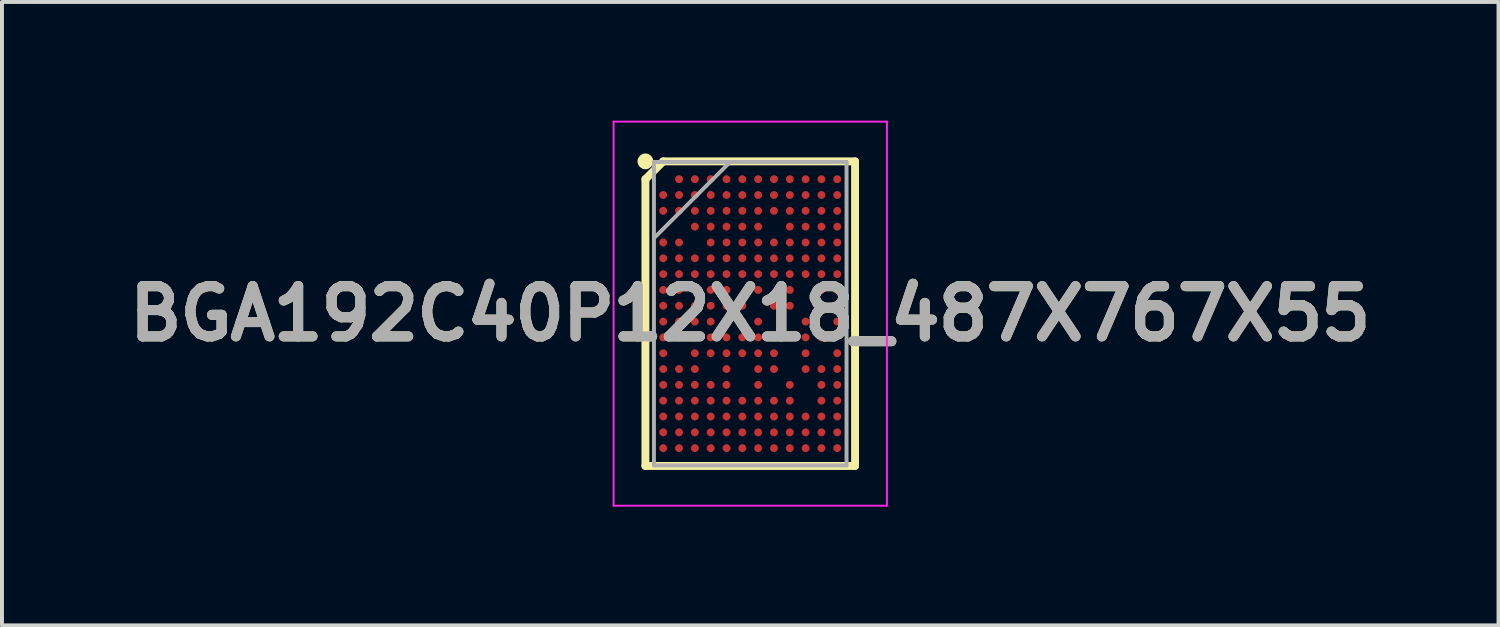
<source format=kicad_pcb>
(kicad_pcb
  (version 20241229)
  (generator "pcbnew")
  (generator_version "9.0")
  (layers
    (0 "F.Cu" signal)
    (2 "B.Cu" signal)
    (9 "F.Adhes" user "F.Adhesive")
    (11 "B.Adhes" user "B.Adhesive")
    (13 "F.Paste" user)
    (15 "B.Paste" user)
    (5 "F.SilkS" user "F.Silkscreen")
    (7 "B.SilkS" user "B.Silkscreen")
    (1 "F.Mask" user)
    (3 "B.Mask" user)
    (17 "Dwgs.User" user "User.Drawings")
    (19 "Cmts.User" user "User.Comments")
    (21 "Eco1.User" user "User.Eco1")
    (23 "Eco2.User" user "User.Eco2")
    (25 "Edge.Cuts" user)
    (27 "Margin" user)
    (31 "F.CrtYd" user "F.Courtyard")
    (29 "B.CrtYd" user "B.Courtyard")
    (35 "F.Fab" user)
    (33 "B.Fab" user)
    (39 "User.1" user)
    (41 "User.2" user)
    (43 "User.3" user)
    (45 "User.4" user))
  (footprint "BGA192C40P12X18_487X767X55"
    (layer "F.Cu")
    (at 15.917 4.88)
    (property "Reference" "BGA192C40P12X18_487X767X55" (at 0 0 0) (layer "F.SilkS") (effects (font (size 1.27 1.27) (thickness 0.254))))
    (attr smd)
    (fp_line (start -2.65 -3.4) (end -2.2 -3.85) (stroke (width 0.2) (type solid)) (layer "F.SilkS"))
    (fp_line (start -2.65 3.85) (end -2.65 -3.4) (stroke (width 0.2) (type solid)) (layer "F.SilkS"))
    (fp_line (start -2.2 -3.85) (end 2.65 -3.85) (stroke (width 0.2) (type solid)) (layer "F.SilkS"))
    (fp_line (start 2.65 -3.85) (end 2.65 3.85) (stroke (width 0.2) (type solid)) (layer "F.SilkS"))
    (fp_line (start 2.65 3.85) (end -2.65 3.85) (stroke (width 0.2) (type solid)) (layer "F.SilkS"))
    (fp_circle (center -2.65 -3.85) (end -2.65 -3.75) (stroke (width 0.2) (type solid)) (fill no) (layer "F.SilkS"))
    (fp_line (start -3.455 -4.855) (end 3.455 -4.855) (stroke (width 0.05) (type solid)) (layer "F.CrtYd"))
    (fp_line (start -3.455 4.855) (end -3.455 -4.855) (stroke (width 0.05) (type solid)) (layer "F.CrtYd"))
    (fp_line (start 3.455 -4.855) (end 3.455 4.855) (stroke (width 0.05) (type solid)) (layer "F.CrtYd"))
    (fp_line (start 3.455 4.855) (end -3.455 4.855) (stroke (width 0.05) (type solid)) (layer "F.CrtYd"))
    (fp_line (start -2.435 -3.835) (end 2.435 -3.835) (stroke (width 0.1) (type solid)) (layer "F.Fab"))
    (fp_line (start -2.435 -1.908) (end -0.507 -3.836) (stroke (width 0.1) (type solid)) (layer "F.Fab"))
    (fp_line (start -2.435 3.835) (end -2.435 -3.835) (stroke (width 0.1) (type solid)) (layer "F.Fab"))
    (fp_line (start 2.435 -3.835) (end 2.435 3.835) (stroke (width 0.1) (type solid)) (layer "F.Fab"))
    (fp_line (start 2.435 3.835) (end -2.435 3.835) (stroke (width 0.1) (type solid)) (layer "F.Fab"))
    (fp_text user "${REFERENCE}" (at 0 0 0) (layer "F.Fab") (effects (font (size 1.27 1.27) (thickness 0.254))))
    (pad "A2" smd circle (at -1.8 -3.4 90) (size 0.2 0.2) (layers "F.Cu" "F.Mask" "F.Paste"))
    (pad "A3" smd circle (at -1.4 -3.4 90) (size 0.2 0.2) (layers "F.Cu" "F.Mask" "F.Paste"))
    (pad "A4" smd circle (at -1 -3.4 90) (size 0.2 0.2) (layers "F.Cu" "F.Mask" "F.Paste"))
    (pad "A5" smd circle (at -0.6 -3.4 90) (size 0.2 0.2) (layers "F.Cu" "F.Mask" "F.Paste"))
    (pad "A6" smd circle (at -0.2 -3.4 90) (size 0.2 0.2) (layers "F.Cu" "F.Mask" "F.Paste"))
    (pad "A7" smd circle (at 0.2 -3.4 90) (size 0.2 0.2) (layers "F.Cu" "F.Mask" "F.Paste"))
    (pad "A8" smd circle (at 0.6 -3.4 90) (size 0.2 0.2) (layers "F.Cu" "F.Mask" "F.Paste"))
    (pad "A9" smd circle (at 1 -3.4 90) (size 0.2 0.2) (layers "F.Cu" "F.Mask" "F.Paste"))
    (pad "A10" smd circle (at 1.4 -3.4 90) (size 0.2 0.2) (layers "F.Cu" "F.Mask" "F.Paste"))
    (pad "A11" smd circle (at 1.8 -3.4 90) (size 0.2 0.2) (layers "F.Cu" "F.Mask" "F.Paste"))
    (pad "A12" smd circle (at 2.2 -3.4 90) (size 0.2 0.2) (layers "F.Cu" "F.Mask" "F.Paste"))
    (pad "B1" smd circle (at -2.2 -3 90) (size 0.2 0.2) (layers "F.Cu" "F.Mask" "F.Paste"))
    (pad "B2" smd circle (at -1.8 -3 90) (size 0.2 0.2) (layers "F.Cu" "F.Mask" "F.Paste"))
    (pad "B3" smd circle (at -1.4 -3 90) (size 0.2 0.2) (layers "F.Cu" "F.Mask" "F.Paste"))
    (pad "B4" smd circle (at -1 -3 90) (size 0.2 0.2) (layers "F.Cu" "F.Mask" "F.Paste"))
    (pad "B5" smd circle (at -0.6 -3 90) (size 0.2 0.2) (layers "F.Cu" "F.Mask" "F.Paste"))
    (pad "B6" smd circle (at -0.2 -3 90) (size 0.2 0.2) (layers "F.Cu" "F.Mask" "F.Paste"))
    (pad "B7" smd circle (at 0.2 -3 90) (size 0.2 0.2) (layers "F.Cu" "F.Mask" "F.Paste"))
    (pad "B8" smd circle (at 0.6 -3 90) (size 0.2 0.2) (layers "F.Cu" "F.Mask" "F.Paste"))
    (pad "B9" smd circle (at 1 -3 90) (size 0.2 0.2) (layers "F.Cu" "F.Mask" "F.Paste"))
    (pad "B10" smd circle (at 1.4 -3 90) (size 0.2 0.2) (layers "F.Cu" "F.Mask" "F.Paste"))
    (pad "B11" smd circle (at 1.8 -3 90) (size 0.2 0.2) (layers "F.Cu" "F.Mask" "F.Paste"))
    (pad "B12" smd circle (at 2.2 -3 90) (size 0.2 0.2) (layers "F.Cu" "F.Mask" "F.Paste"))
    (pad "C1" smd circle (at -2.2 -2.6 90) (size 0.2 0.2) (layers "F.Cu" "F.Mask" "F.Paste"))
    (pad "C2" smd circle (at -1.8 -2.6 90) (size 0.2 0.2) (layers "F.Cu" "F.Mask" "F.Paste"))
    (pad "C3" smd circle (at -1.4 -2.6 90) (size 0.2 0.2) (layers "F.Cu" "F.Mask" "F.Paste"))
    (pad "C4" smd circle (at -1 -2.6 90) (size 0.2 0.2) (layers "F.Cu" "F.Mask" "F.Paste"))
    (pad "C5" smd circle (at -0.6 -2.6 90) (size 0.2 0.2) (layers "F.Cu" "F.Mask" "F.Paste"))
    (pad "C6" smd circle (at -0.2 -2.6 90) (size 0.2 0.2) (layers "F.Cu" "F.Mask" "F.Paste"))
    (pad "C7" smd circle (at 0.2 -2.6 90) (size 0.2 0.2) (layers "F.Cu" "F.Mask" "F.Paste"))
    (pad "C8" smd circle (at 0.6 -2.6 90) (size 0.2 0.2) (layers "F.Cu" "F.Mask" "F.Paste"))
    (pad "C9" smd circle (at 1 -2.6 90) (size 0.2 0.2) (layers "F.Cu" "F.Mask" "F.Paste"))
    (pad "C10" smd circle (at 1.4 -2.6 90) (size 0.2 0.2) (layers "F.Cu" "F.Mask" "F.Paste"))
    (pad "C11" smd circle (at 1.8 -2.6 90) (size 0.2 0.2) (layers "F.Cu" "F.Mask" "F.Paste"))
    (pad "C12" smd circle (at 2.2 -2.6 90) (size 0.2 0.2) (layers "F.Cu" "F.Mask" "F.Paste"))
    (pad "D3" smd circle (at -1.4 -2.2 90) (size 0.2 0.2) (layers "F.Cu" "F.Mask" "F.Paste"))
    (pad "D4" smd circle (at -1 -2.2 90) (size 0.2 0.2) (layers "F.Cu" "F.Mask" "F.Paste"))
    (pad "D5" smd circle (at -0.6 -2.2 90) (size 0.2 0.2) (layers "F.Cu" "F.Mask" "F.Paste"))
    (pad "D6" smd circle (at -0.2 -2.2 90) (size 0.2 0.2) (layers "F.Cu" "F.Mask" "F.Paste"))
    (pad "D7" smd circle (at 0.2 -2.2 90) (size 0.2 0.2) (layers "F.Cu" "F.Mask" "F.Paste"))
    (pad "D9" smd circle (at 1 -2.2 90) (size 0.2 0.2) (layers "F.Cu" "F.Mask" "F.Paste"))
    (pad "D10" smd circle (at 1.4 -2.2 90) (size 0.2 0.2) (layers "F.Cu" "F.Mask" "F.Paste"))
    (pad "D11" smd circle (at 1.8 -2.2 90) (size 0.2 0.2) (layers "F.Cu" "F.Mask" "F.Paste"))
    (pad "D12" smd circle (at 2.2 -2.2 90) (size 0.2 0.2) (layers "F.Cu" "F.Mask" "F.Paste"))
    (pad "E1" smd circle (at -2.2 -1.8 90) (size 0.2 0.2) (layers "F.Cu" "F.Mask" "F.Paste"))
    (pad "E2" smd circle (at -1.8 -1.8 90) (size 0.2 0.2) (layers "F.Cu" "F.Mask" "F.Paste"))
    (pad "E4" smd circle (at -1 -1.8 90) (size 0.2 0.2) (layers "F.Cu" "F.Mask" "F.Paste"))
    (pad "E5" smd circle (at -0.6 -1.8 90) (size 0.2 0.2) (layers "F.Cu" "F.Mask" "F.Paste"))
    (pad "E6" smd circle (at -0.2 -1.8 90) (size 0.2 0.2) (layers "F.Cu" "F.Mask" "F.Paste"))
    (pad "E7" smd circle (at 0.2 -1.8 90) (size 0.2 0.2) (layers "F.Cu" "F.Mask" "F.Paste"))
    (pad "E8" smd circle (at 0.6 -1.8 90) (size 0.2 0.2) (layers "F.Cu" "F.Mask" "F.Paste"))
    (pad "E9" smd circle (at 1 -1.8 90) (size 0.2 0.2) (layers "F.Cu" "F.Mask" "F.Paste"))
    (pad "E10" smd circle (at 1.4 -1.8 90) (size 0.2 0.2) (layers "F.Cu" "F.Mask" "F.Paste"))
    (pad "E11" smd circle (at 1.8 -1.8 90) (size 0.2 0.2) (layers "F.Cu" "F.Mask" "F.Paste"))
    (pad "E12" smd circle (at 2.2 -1.8 90) (size 0.2 0.2) (layers "F.Cu" "F.Mask" "F.Paste"))
    (pad "F1" smd circle (at -2.2 -1.4 90) (size 0.2 0.2) (layers "F.Cu" "F.Mask" "F.Paste"))
    (pad "F2" smd circle (at -1.8 -1.4 90) (size 0.2 0.2) (layers "F.Cu" "F.Mask" "F.Paste"))
    (pad "F3" smd circle (at -1.4 -1.4 90) (size 0.2 0.2) (layers "F.Cu" "F.Mask" "F.Paste"))
    (pad "F4" smd circle (at -1 -1.4 90) (size 0.2 0.2) (layers "F.Cu" "F.Mask" "F.Paste"))
    (pad "F5" smd circle (at -0.6 -1.4 90) (size 0.2 0.2) (layers "F.Cu" "F.Mask" "F.Paste"))
    (pad "F6" smd circle (at -0.2 -1.4 90) (size 0.2 0.2) (layers "F.Cu" "F.Mask" "F.Paste"))
    (pad "F7" smd circle (at 0.2 -1.4 90) (size 0.2 0.2) (layers "F.Cu" "F.Mask" "F.Paste"))
    (pad "F8" smd circle (at 0.6 -1.4 90) (size 0.2 0.2) (layers "F.Cu" "F.Mask" "F.Paste"))
    (pad "F9" smd circle (at 1 -1.4 90) (size 0.2 0.2) (layers "F.Cu" "F.Mask" "F.Paste"))
    (pad "F10" smd circle (at 1.4 -1.4 90) (size 0.2 0.2) (layers "F.Cu" "F.Mask" "F.Paste"))
    (pad "F11" smd circle (at 1.8 -1.4 90) (size 0.2 0.2) (layers "F.Cu" "F.Mask" "F.Paste"))
    (pad "F12" smd circle (at 2.2 -1.4 90) (size 0.2 0.2) (layers "F.Cu" "F.Mask" "F.Paste"))
    (pad "G1" smd circle (at -2.2 -1 90) (size 0.2 0.2) (layers "F.Cu" "F.Mask" "F.Paste"))
    (pad "G2" smd circle (at -1.8 -1 90) (size 0.2 0.2) (layers "F.Cu" "F.Mask" "F.Paste"))
    (pad "G3" smd circle (at -1.4 -1 90) (size 0.2 0.2) (layers "F.Cu" "F.Mask" "F.Paste"))
    (pad "G4" smd circle (at -1 -1 90) (size 0.2 0.2) (layers "F.Cu" "F.Mask" "F.Paste"))
    (pad "G5" smd circle (at -0.6 -1 90) (size 0.2 0.2) (layers "F.Cu" "F.Mask" "F.Paste"))
    (pad "G6" smd circle (at -0.2 -1 90) (size 0.2 0.2) (layers "F.Cu" "F.Mask" "F.Paste"))
    (pad "G7" smd circle (at 0.2 -1 90) (size 0.2 0.2) (layers "F.Cu" "F.Mask" "F.Paste"))
    (pad "G8" smd circle (at 0.6 -1 90) (size 0.2 0.2) (layers "F.Cu" "F.Mask" "F.Paste"))
    (pad "G9" smd circle (at 1 -1 90) (size 0.2 0.2) (layers "F.Cu" "F.Mask" "F.Paste"))
    (pad "G10" smd circle (at 1.4 -1 90) (size 0.2 0.2) (layers "F.Cu" "F.Mask" "F.Paste"))
    (pad "G11" smd circle (at 1.8 -1 90) (size 0.2 0.2) (layers "F.Cu" "F.Mask" "F.Paste"))
    (pad "G12" smd circle (at 2.2 -1 90) (size 0.2 0.2) (layers "F.Cu" "F.Mask" "F.Paste"))
    (pad "H1" smd circle (at -2.2 -0.6 90) (size 0.2 0.2) (layers "F.Cu" "F.Mask" "F.Paste"))
    (pad "H2" smd circle (at -1.8 -0.6 90) (size 0.2 0.2) (layers "F.Cu" "F.Mask" "F.Paste"))
    (pad "H3" smd circle (at -1.4 -0.6 90) (size 0.2 0.2) (layers "F.Cu" "F.Mask" "F.Paste"))
    (pad "H4" smd circle (at -1 -0.6 90) (size 0.2 0.2) (layers "F.Cu" "F.Mask" "F.Paste"))
    (pad "H5" smd circle (at -0.6 -0.6 90) (size 0.2 0.2) (layers "F.Cu" "F.Mask" "F.Paste"))
    (pad "H7" smd circle (at 0.2 -0.6 90) (size 0.2 0.2) (layers "F.Cu" "F.Mask" "F.Paste"))
    (pad "H9" smd circle (at 1 -0.6 90) (size 0.2 0.2) (layers "F.Cu" "F.Mask" "F.Paste"))
    (pad "H11" smd circle (at 1.8 -0.6 90) (size 0.2 0.2) (layers "F.Cu" "F.Mask" "F.Paste"))
    (pad "H12" smd circle (at 2.2 -0.6 90) (size 0.2 0.2) (layers "F.Cu" "F.Mask" "F.Paste"))
    (pad "J1" smd circle (at -2.2 -0.2 90) (size 0.2 0.2) (layers "F.Cu" "F.Mask" "F.Paste"))
    (pad "J2" smd circle (at -1.8 -0.2 90) (size 0.2 0.2) (layers "F.Cu" "F.Mask" "F.Paste"))
    (pad "J3" smd circle (at -1.4 -0.2 90) (size 0.2 0.2) (layers "F.Cu" "F.Mask" "F.Paste"))
    (pad "J4" smd circle (at -1 -0.2 90) (size 0.2 0.2) (layers "F.Cu" "F.Mask" "F.Paste"))
    (pad "J5" smd circle (at -0.6 -0.2 90) (size 0.2 0.2) (layers "F.Cu" "F.Mask" "F.Paste"))
    (pad "J6" smd circle (at -0.2 -0.2 90) (size 0.2 0.2) (layers "F.Cu" "F.Mask" "F.Paste"))
    (pad "J8" smd circle (at 0.6 -0.2 90) (size 0.2 0.2) (layers "F.Cu" "F.Mask" "F.Paste"))
    (pad "J9" smd circle (at 1 -0.2 90) (size 0.2 0.2) (layers "F.Cu" "F.Mask" "F.Paste"))
    (pad "J11" smd circle (at 1.8 -0.2 90) (size 0.2 0.2) (layers "F.Cu" "F.Mask" "F.Paste"))
    (pad "J12" smd circle (at 2.2 -0.2 90) (size 0.2 0.2) (layers "F.Cu" "F.Mask" "F.Paste"))
    (pad "K1" smd circle (at -2.2 0.2 90) (size 0.2 0.2) (layers "F.Cu" "F.Mask" "F.Paste"))
    (pad "K2" smd circle (at -1.8 0.2 90) (size 0.2 0.2) (layers "F.Cu" "F.Mask" "F.Paste"))
    (pad "K3" smd circle (at -1.4 0.2 90) (size 0.2 0.2) (layers "F.Cu" "F.Mask" "F.Paste"))
    (pad "K4" smd circle (at -1 0.2 90) (size 0.2 0.2) (layers "F.Cu" "F.Mask" "F.Paste"))
    (pad "K5" smd circle (at -0.6 0.2 90) (size 0.2 0.2) (layers "F.Cu" "F.Mask" "F.Paste"))
    (pad "K6" smd circle (at -0.2 0.2 90) (size 0.2 0.2) (layers "F.Cu" "F.Mask" "F.Paste"))
    (pad "K7" smd circle (at 0.2 0.2 90) (size 0.2 0.2) (layers "F.Cu" "F.Mask" "F.Paste"))
    (pad "K10" smd circle (at 1.4 0.2 90) (size 0.2 0.2) (layers "F.Cu" "F.Mask" "F.Paste"))
    (pad "K12" smd circle (at 2.2 0.2 90) (size 0.2 0.2) (layers "F.Cu" "F.Mask" "F.Paste"))
    (pad "L1" smd circle (at -2.2 0.6 90) (size 0.2 0.2) (layers "F.Cu" "F.Mask" "F.Paste"))
    (pad "L2" smd circle (at -1.8 0.6 90) (size 0.2 0.2) (layers "F.Cu" "F.Mask" "F.Paste"))
    (pad "L3" smd circle (at -1.4 0.6 90) (size 0.2 0.2) (layers "F.Cu" "F.Mask" "F.Paste"))
    (pad "L4" smd circle (at -1 0.6 90) (size 0.2 0.2) (layers "F.Cu" "F.Mask" "F.Paste"))
    (pad "L5" smd circle (at -0.6 0.6 90) (size 0.2 0.2) (layers "F.Cu" "F.Mask" "F.Paste"))
    (pad "L6" smd circle (at -0.2 0.6 90) (size 0.2 0.2) (layers "F.Cu" "F.Mask" "F.Paste"))
    (pad "L7" smd circle (at 0.2 0.6 90) (size 0.2 0.2) (layers "F.Cu" "F.Mask" "F.Paste"))
    (pad "L8" smd circle (at 0.6 0.6 90) (size 0.2 0.2) (layers "F.Cu" "F.Mask" "F.Paste"))
    (pad "L9" smd circle (at 1 0.6 90) (size 0.2 0.2) (layers "F.Cu" "F.Mask" "F.Paste"))
    (pad "L10" smd circle (at 1.4 0.6 90) (size 0.2 0.2) (layers "F.Cu" "F.Mask" "F.Paste"))
    (pad "L11" smd circle (at 1.8 0.6 90) (size 0.2 0.2) (layers "F.Cu" "F.Mask" "F.Paste"))
    (pad "M1" smd circle (at -2.2 1 90) (size 0.2 0.2) (layers "F.Cu" "F.Mask" "F.Paste"))
    (pad "M3" smd circle (at -1.4 1 90) (size 0.2 0.2) (layers "F.Cu" "F.Mask" "F.Paste"))
    (pad "M4" smd circle (at -1 1 90) (size 0.2 0.2) (layers "F.Cu" "F.Mask" "F.Paste"))
    (pad "M5" smd circle (at -0.6 1 90) (size 0.2 0.2) (layers "F.Cu" "F.Mask" "F.Paste"))
    (pad "M6" smd circle (at -0.2 1 90) (size 0.2 0.2) (layers "F.Cu" "F.Mask" "F.Paste"))
    (pad "M7" smd circle (at 0.2 1 90) (size 0.2 0.2) (layers "F.Cu" "F.Mask" "F.Paste"))
    (pad "M8" smd circle (at 0.6 1 90) (size 0.2 0.2) (layers "F.Cu" "F.Mask" "F.Paste"))
    (pad "M10" smd circle (at 1.4 1 90) (size 0.2 0.2) (layers "F.Cu" "F.Mask" "F.Paste"))
    (pad "M12" smd circle (at 2.2 1 90) (size 0.2 0.2) (layers "F.Cu" "F.Mask" "F.Paste"))
    (pad "N1" smd circle (at -2.2 1.4 90) (size 0.2 0.2) (layers "F.Cu" "F.Mask" "F.Paste"))
    (pad "N2" smd circle (at -1.8 1.4 90) (size 0.2 0.2) (layers "F.Cu" "F.Mask" "F.Paste"))
    (pad "N3" smd circle (at -1.4 1.4 90) (size 0.2 0.2) (layers "F.Cu" "F.Mask" "F.Paste"))
    (pad "N5" smd circle (at -0.6 1.4 90) (size 0.2 0.2) (layers "F.Cu" "F.Mask" "F.Paste"))
    (pad "N7" smd circle (at 0.2 1.4 90) (size 0.2 0.2) (layers "F.Cu" "F.Mask" "F.Paste"))
    (pad "N8" smd circle (at 0.6 1.4 90) (size 0.2 0.2) (layers "F.Cu" "F.Mask" "F.Paste"))
    (pad "N10" smd circle (at 1.4 1.4 90) (size 0.2 0.2) (layers "F.Cu" "F.Mask" "F.Paste"))
    (pad "N11" smd circle (at 1.8 1.4 90) (size 0.2 0.2) (layers "F.Cu" "F.Mask" "F.Paste"))
    (pad "N12" smd circle (at 2.2 1.4 90) (size 0.2 0.2) (layers "F.Cu" "F.Mask" "F.Paste"))
    (pad "P1" smd circle (at -2.2 1.8 90) (size 0.2 0.2) (layers "F.Cu" "F.Mask" "F.Paste"))
    (pad "P2" smd circle (at -1.8 1.8 90) (size 0.2 0.2) (layers "F.Cu" "F.Mask" "F.Paste"))
    (pad "P3" smd circle (at -1.4 1.8 90) (size 0.2 0.2) (layers "F.Cu" "F.Mask" "F.Paste"))
    (pad "P4" smd circle (at -1 1.8 90) (size 0.2 0.2) (layers "F.Cu" "F.Mask" "F.Paste"))
    (pad "P5" smd circle (at -0.6 1.8 90) (size 0.2 0.2) (layers "F.Cu" "F.Mask" "F.Paste"))
    (pad "P7" smd circle (at 0.2 1.8 90) (size 0.2 0.2) (layers "F.Cu" "F.Mask" "F.Paste"))
    (pad "P9" smd circle (at 1 1.8 90) (size 0.2 0.2) (layers "F.Cu" "F.Mask" "F.Paste"))
    (pad "P11" smd circle (at 1.8 1.8 90) (size 0.2 0.2) (layers "F.Cu" "F.Mask" "F.Paste"))
    (pad "P12" smd circle (at 2.2 1.8 90) (size 0.2 0.2) (layers "F.Cu" "F.Mask" "F.Paste"))
    (pad "R1" smd circle (at -2.2 2.2 90) (size 0.2 0.2) (layers "F.Cu" "F.Mask" "F.Paste"))
    (pad "R2" smd circle (at -1.8 2.2 90) (size 0.2 0.2) (layers "F.Cu" "F.Mask" "F.Paste"))
    (pad "R3" smd circle (at -1.4 2.2 90) (size 0.2 0.2) (layers "F.Cu" "F.Mask" "F.Paste"))
    (pad "R4" smd circle (at -1 2.2 90) (size 0.2 0.2) (layers "F.Cu" "F.Mask" "F.Paste"))
    (pad "R5" smd circle (at -0.6 2.2 90) (size 0.2 0.2) (layers "F.Cu" "F.Mask" "F.Paste"))
    (pad "R6" smd circle (at -0.2 2.2 90) (size 0.2 0.2) (layers "F.Cu" "F.Mask" "F.Paste"))
    (pad "R7" smd circle (at 0.2 2.2 90) (size 0.2 0.2) (layers "F.Cu" "F.Mask" "F.Paste"))
    (pad "R8" smd circle (at 0.6 2.2 90) (size 0.2 0.2) (layers "F.Cu" "F.Mask" "F.Paste"))
    (pad "R9" smd circle (at 1 2.2 90) (size 0.2 0.2) (layers "F.Cu" "F.Mask" "F.Paste"))
    (pad "R11" smd circle (at 1.8 2.2 90) (size 0.2 0.2) (layers "F.Cu" "F.Mask" "F.Paste"))
    (pad "R12" smd circle (at 2.2 2.2 90) (size 0.2 0.2) (layers "F.Cu" "F.Mask" "F.Paste"))
    (pad "T1" smd circle (at -2.2 2.6 90) (size 0.2 0.2) (layers "F.Cu" "F.Mask" "F.Paste"))
    (pad "T2" smd circle (at -1.8 2.6 90) (size 0.2 0.2) (layers "F.Cu" "F.Mask" "F.Paste"))
    (pad "T3" smd circle (at -1.4 2.6 90) (size 0.2 0.2) (layers "F.Cu" "F.Mask" "F.Paste"))
    (pad "T4" smd circle (at -1 2.6 90) (size 0.2 0.2) (layers "F.Cu" "F.Mask" "F.Paste"))
    (pad "T5" smd circle (at -0.6 2.6 90) (size 0.2 0.2) (layers "F.Cu" "F.Mask" "F.Paste"))
    (pad "T6" smd circle (at -0.2 2.6 90) (size 0.2 0.2) (layers "F.Cu" "F.Mask" "F.Paste"))
    (pad "T7" smd circle (at 0.2 2.6 90) (size 0.2 0.2) (layers "F.Cu" "F.Mask" "F.Paste"))
    (pad "T8" smd circle (at 0.6 2.6 90) (size 0.2 0.2) (layers "F.Cu" "F.Mask" "F.Paste"))
    (pad "T9" smd circle (at 1 2.6 90) (size 0.2 0.2) (layers "F.Cu" "F.Mask" "F.Paste"))
    (pad "T10" smd circle (at 1.4 2.6 90) (size 0.2 0.2) (layers "F.Cu" "F.Mask" "F.Paste"))
    (pad "T11" smd circle (at 1.8 2.6 90) (size 0.2 0.2) (layers "F.Cu" "F.Mask" "F.Paste"))
    (pad "T12" smd circle (at 2.2 2.6 90) (size 0.2 0.2) (layers "F.Cu" "F.Mask" "F.Paste"))
    (pad "U1" smd circle (at -2.2 3 90) (size 0.2 0.2) (layers "F.Cu" "F.Mask" "F.Paste"))
    (pad "U2" smd circle (at -1.8 3 90) (size 0.2 0.2) (layers "F.Cu" "F.Mask" "F.Paste"))
    (pad "U3" smd circle (at -1.4 3 90) (size 0.2 0.2) (layers "F.Cu" "F.Mask" "F.Paste"))
    (pad "U4" smd circle (at -1 3 90) (size 0.2 0.2) (layers "F.Cu" "F.Mask" "F.Paste"))
    (pad "U5" smd circle (at -0.6 3 90) (size 0.2 0.2) (layers "F.Cu" "F.Mask" "F.Paste"))
    (pad "U6" smd circle (at -0.2 3 90) (size 0.2 0.2) (layers "F.Cu" "F.Mask" "F.Paste"))
    (pad "U7" smd circle (at 0.2 3 90) (size 0.2 0.2) (layers "F.Cu" "F.Mask" "F.Paste"))
    (pad "U8" smd circle (at 0.6 3 90) (size 0.2 0.2) (layers "F.Cu" "F.Mask" "F.Paste"))
    (pad "U9" smd circle (at 1 3 90) (size 0.2 0.2) (layers "F.Cu" "F.Mask" "F.Paste"))
    (pad "U10" smd circle (at 1.4 3 90) (size 0.2 0.2) (layers "F.Cu" "F.Mask" "F.Paste"))
    (pad "U11" smd circle (at 1.8 3 90) (size 0.2 0.2) (layers "F.Cu" "F.Mask" "F.Paste"))
    (pad "U12" smd circle (at 2.2 3 90) (size 0.2 0.2) (layers "F.Cu" "F.Mask" "F.Paste"))
    (pad "V1" smd circle (at -2.2 3.4 90) (size 0.2 0.2) (layers "F.Cu" "F.Mask" "F.Paste"))
    (pad "V2" smd circle (at -1.8 3.4 90) (size 0.2 0.2) (layers "F.Cu" "F.Mask" "F.Paste"))
    (pad "V3" smd circle (at -1.4 3.4 90) (size 0.2 0.2) (layers "F.Cu" "F.Mask" "F.Paste"))
    (pad "V4" smd circle (at -1 3.4 90) (size 0.2 0.2) (layers "F.Cu" "F.Mask" "F.Paste"))
    (pad "V5" smd circle (at -0.6 3.4 90) (size 0.2 0.2) (layers "F.Cu" "F.Mask" "F.Paste"))
    (pad "V6" smd circle (at -0.2 3.4 90) (size 0.2 0.2) (layers "F.Cu" "F.Mask" "F.Paste"))
    (pad "V7" smd circle (at 0.2 3.4 90) (size 0.2 0.2) (layers "F.Cu" "F.Mask" "F.Paste"))
    (pad "V8" smd circle (at 0.6 3.4 90) (size 0.2 0.2) (layers "F.Cu" "F.Mask" "F.Paste"))
    (pad "V9" smd circle (at 1 3.4 90) (size 0.2 0.2) (layers "F.Cu" "F.Mask" "F.Paste"))
    (pad "V10" smd circle (at 1.4 3.4 90) (size 0.2 0.2) (layers "F.Cu" "F.Mask" "F.Paste"))
    (pad "V11" smd circle (at 1.8 3.4 90) (size 0.2 0.2) (layers "F.Cu" "F.Mask" "F.Paste"))
    (pad "V12" smd circle (at 2.2 3.4 90) (size 0.2 0.2) (layers "F.Cu" "F.Mask" "F.Paste")))
  (gr_rect
    (start -3 -3)
    (end 34.835 12.76)
    (stroke (width 0.1) (type default))
    (fill no)
    (layer "Edge.Cuts")))
</source>
